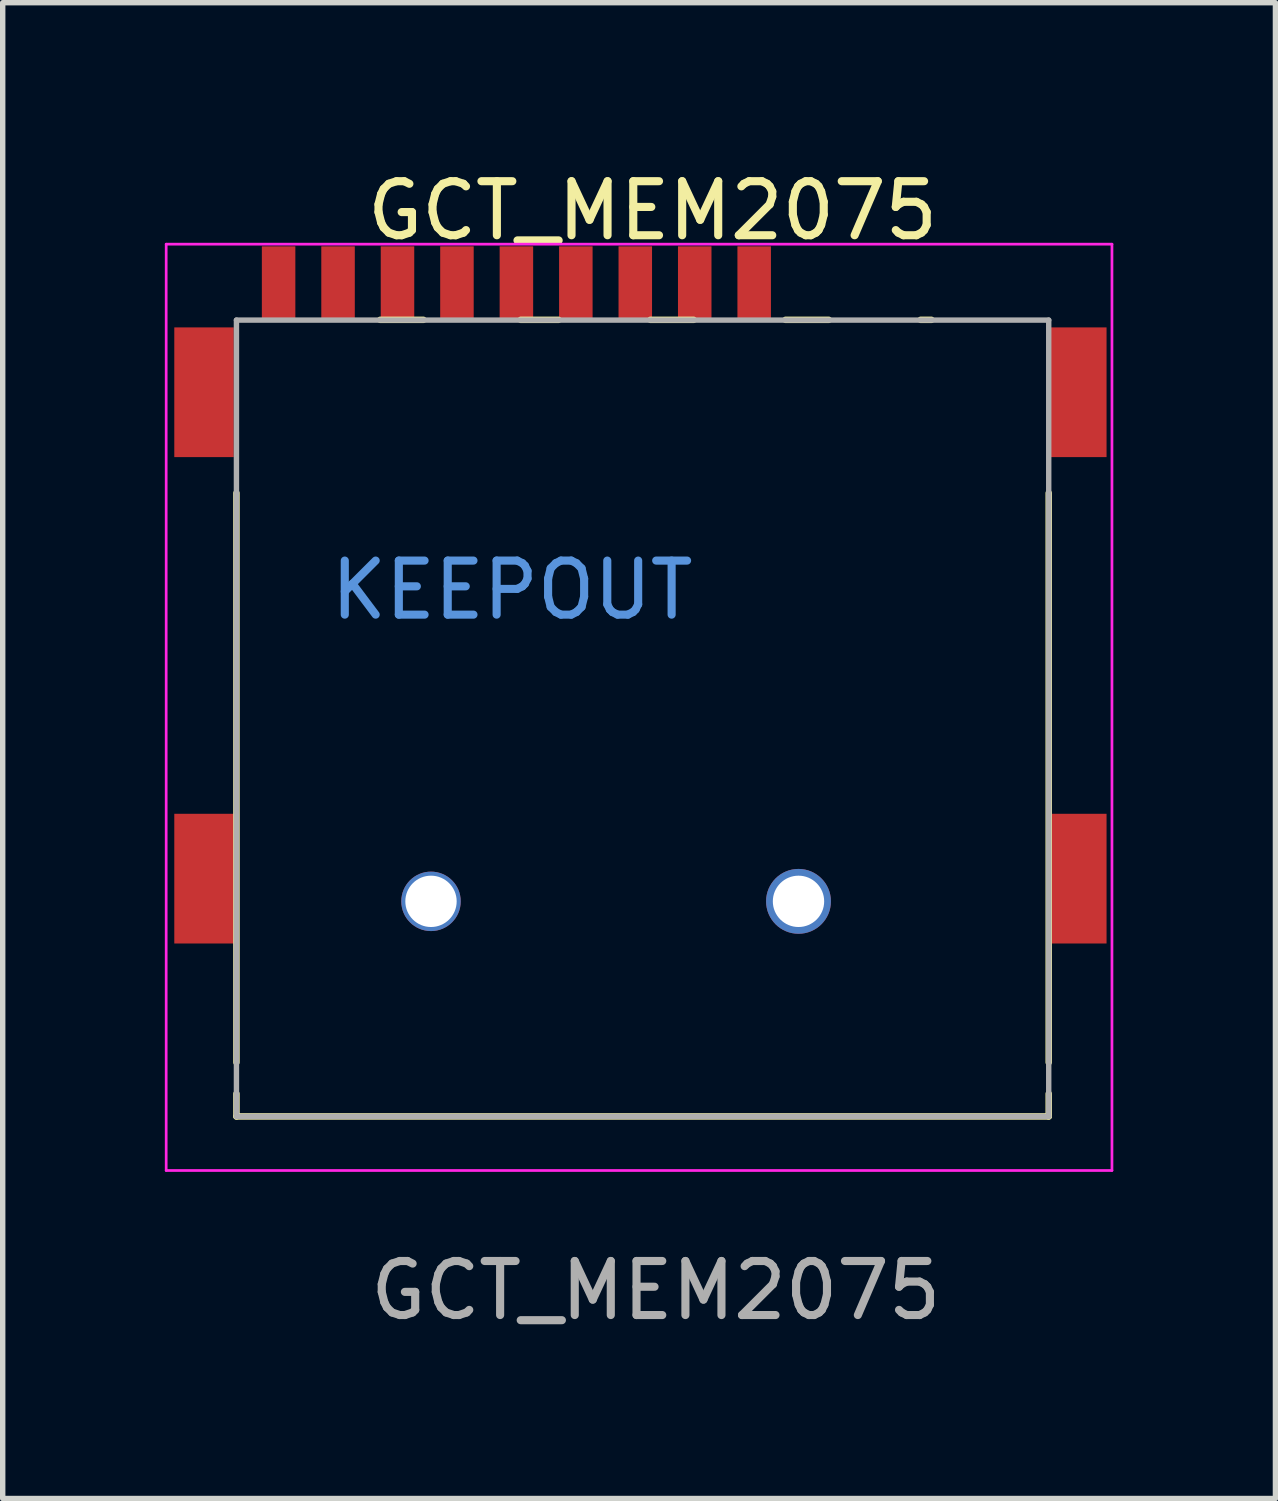
<source format=kicad_pcb>
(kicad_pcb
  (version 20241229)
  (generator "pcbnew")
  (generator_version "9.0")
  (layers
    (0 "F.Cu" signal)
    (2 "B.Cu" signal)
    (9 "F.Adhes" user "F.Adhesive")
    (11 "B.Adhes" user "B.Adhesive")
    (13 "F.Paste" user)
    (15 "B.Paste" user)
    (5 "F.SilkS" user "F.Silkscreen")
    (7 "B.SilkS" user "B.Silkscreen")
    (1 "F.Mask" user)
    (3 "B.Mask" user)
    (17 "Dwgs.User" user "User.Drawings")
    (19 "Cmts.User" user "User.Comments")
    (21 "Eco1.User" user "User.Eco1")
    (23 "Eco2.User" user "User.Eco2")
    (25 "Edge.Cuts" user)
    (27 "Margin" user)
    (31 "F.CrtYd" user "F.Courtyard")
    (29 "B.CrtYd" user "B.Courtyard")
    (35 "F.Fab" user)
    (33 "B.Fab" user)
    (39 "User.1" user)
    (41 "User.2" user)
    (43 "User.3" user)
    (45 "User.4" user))
  (footprint "GCT_MEM2075"
    (layer "F.Cu")
    (at 9.025 14.448)
    (property "Reference" "GCT_MEM2075" (at 0 -13.6 0) (layer "F.SilkS") (effects (font (size 1 1) (thickness 0.15))))
    (attr smd)
    (fp_line (start -7.7 -8.375) (end -7.7 2.16) (stroke (width 0.12) (type solid)) (layer "F.SilkS"))
    (fp_line (start -7.7 2.74) (end -7.7 3.16) (stroke (width 0.12) (type solid)) (layer "F.SilkS"))
    (fp_line (start -7.7 3.16) (end 7.33 3.16) (stroke (width 0.12) (type solid)) (layer "F.SilkS"))
    (fp_line (start -5.04 -11.58) (end -4.24 -11.58) (stroke (width 0.12) (type solid)) (layer "F.SilkS"))
    (fp_line (start -2.44 -11.58) (end -1.74 -11.58) (stroke (width 0.12) (type solid)) (layer "F.SilkS"))
    (fp_line (start -0.04 -11.58) (end 0.76 -11.58) (stroke (width 0.12) (type solid)) (layer "F.SilkS"))
    (fp_line (start 2.46 -11.58) (end 3.26 -11.58) (stroke (width 0.12) (type solid)) (layer "F.SilkS"))
    (fp_line (start 4.96 -11.58) (end 5.16 -11.58) (stroke (width 0.12) (type solid)) (layer "F.SilkS"))
    (fp_line (start 7.33 -8.375) (end 7.33 2.16) (stroke (width 0.12) (type solid)) (layer "F.SilkS"))
    (fp_line (start 7.33 3.16) (end 7.33 2.74) (stroke (width 0.12) (type solid)) (layer "F.SilkS"))
    (fp_line (start -9 -12.98) (end -9 4.16) (stroke (width 0.05) (type solid)) (layer "F.CrtYd"))
    (fp_line (start -9 -12.98) (end 8.5 -12.98) (stroke (width 0.05) (type solid)) (layer "F.CrtYd"))
    (fp_line (start 8.5 4.16) (end -9 4.16) (stroke (width 0.05) (type solid)) (layer "F.CrtYd"))
    (fp_line (start 8.5 4.16) (end 8.5 -12.98) (stroke (width 0.05) (type solid)) (layer "F.CrtYd"))
    (fp_line (start -7.7 -11.575) (end -7.7 3.16) (stroke (width 0.1) (type solid)) (layer "F.Fab"))
    (fp_line (start -7.7 3.16) (end 7.33 3.16) (stroke (width 0.1) (type solid)) (layer "F.Fab"))
    (fp_line (start 7.33 -11.575) (end -7.7 -11.575) (stroke (width 0.1) (type solid)) (layer "F.Fab"))
    (fp_line (start 7.33 3.16) (end 7.33 -11.575) (stroke (width 0.1) (type solid)) (layer "F.Fab"))
    (fp_text user "KEEPOUT" (at -2.6 -6.58 0) (layer "Cmts.User") (effects (font (size 1 1) (thickness 0.15))))
    (fp_text user "${REFERENCE}" (at 0.06 6.38 0) (layer "F.Fab") (effects (font (size 1 1) (thickness 0.15))))
    (pad "" np_thru_hole circle (at -4.1 -0.82) (size 1.1 1.1) (drill 0.95) (layers "*.Cu" "*.Mask"))
    (pad "" np_thru_hole circle (at 2.7 -0.82) (size 1.2 1.2) (drill 0.95) (layers "*.Cu" "*.Mask"))
    (pad "1" smd rect (at 1.88 -12.24) (size 0.62 1.4) (layers "F.Cu" "F.Mask" "F.Paste"))
    (pad "2" smd rect (at 0.78 -12.24) (size 0.62 1.4) (layers "F.Cu" "F.Mask" "F.Paste"))
    (pad "3" smd rect (at -0.32 -12.24) (size 0.62 1.4) (layers "F.Cu" "F.Mask" "F.Paste"))
    (pad "4" smd rect (at -1.42 -12.24) (size 0.62 1.4) (layers "F.Cu" "F.Mask" "F.Paste"))
    (pad "5" smd rect (at -2.52 -12.24) (size 0.62 1.4) (layers "F.Cu" "F.Mask" "F.Paste"))
    (pad "6" smd rect (at -3.62 -12.24) (size 0.62 1.4) (layers "F.Cu" "F.Mask" "F.Paste"))
    (pad "7" smd rect (at -4.72 -12.24) (size 0.62 1.4) (layers "F.Cu" "F.Mask" "F.Paste"))
    (pad "8" smd rect (at -5.82 -12.24) (size 0.62 1.4) (layers "F.Cu" "F.Mask" "F.Paste"))
    (pad "9" smd rect (at -6.92 -12.24) (size 0.62 1.4) (layers "F.Cu" "F.Mask" "F.Paste"))
    (pad "10" smd rect (at -8.3 -10.24) (size 1.1 2.4) (layers "F.Cu" "F.Mask" "F.Paste"))
    (pad "10" smd rect (at -8.3 -1.24) (size 1.1 2.4) (layers "F.Cu" "F.Mask" "F.Paste"))
    (pad "10" smd rect (at 7.85 -10.24) (size 1.1 2.4) (layers "F.Cu" "F.Mask" "F.Paste"))
    (pad "10" smd rect (at 7.85 -1.24) (size 1.1 2.4) (layers "F.Cu" "F.Mask" "F.Paste"))
    (zone (net_name "") (layer "F.Cu") (hatch full 0.508) (connect_pads) (min_thickness 0.254) (filled_areas_thickness no) (keepout (tracks not_allowed) (vias not_allowed) (pads not_allowed) (copperpour not_allowed) (footprints not_allowed)) (placement (enabled no)) (fill) (polygon (pts (xy 1.275 9.768) (xy 11.505 9.768) (xy 11.505 5.718) (xy 1.275 5.718)))))
  (gr_rect
    (start -3 -3)
    (end 20.55 24.677)
    (stroke (width 0.1) (type default))
    (fill no)
    (layer "Edge.Cuts")))
</source>
